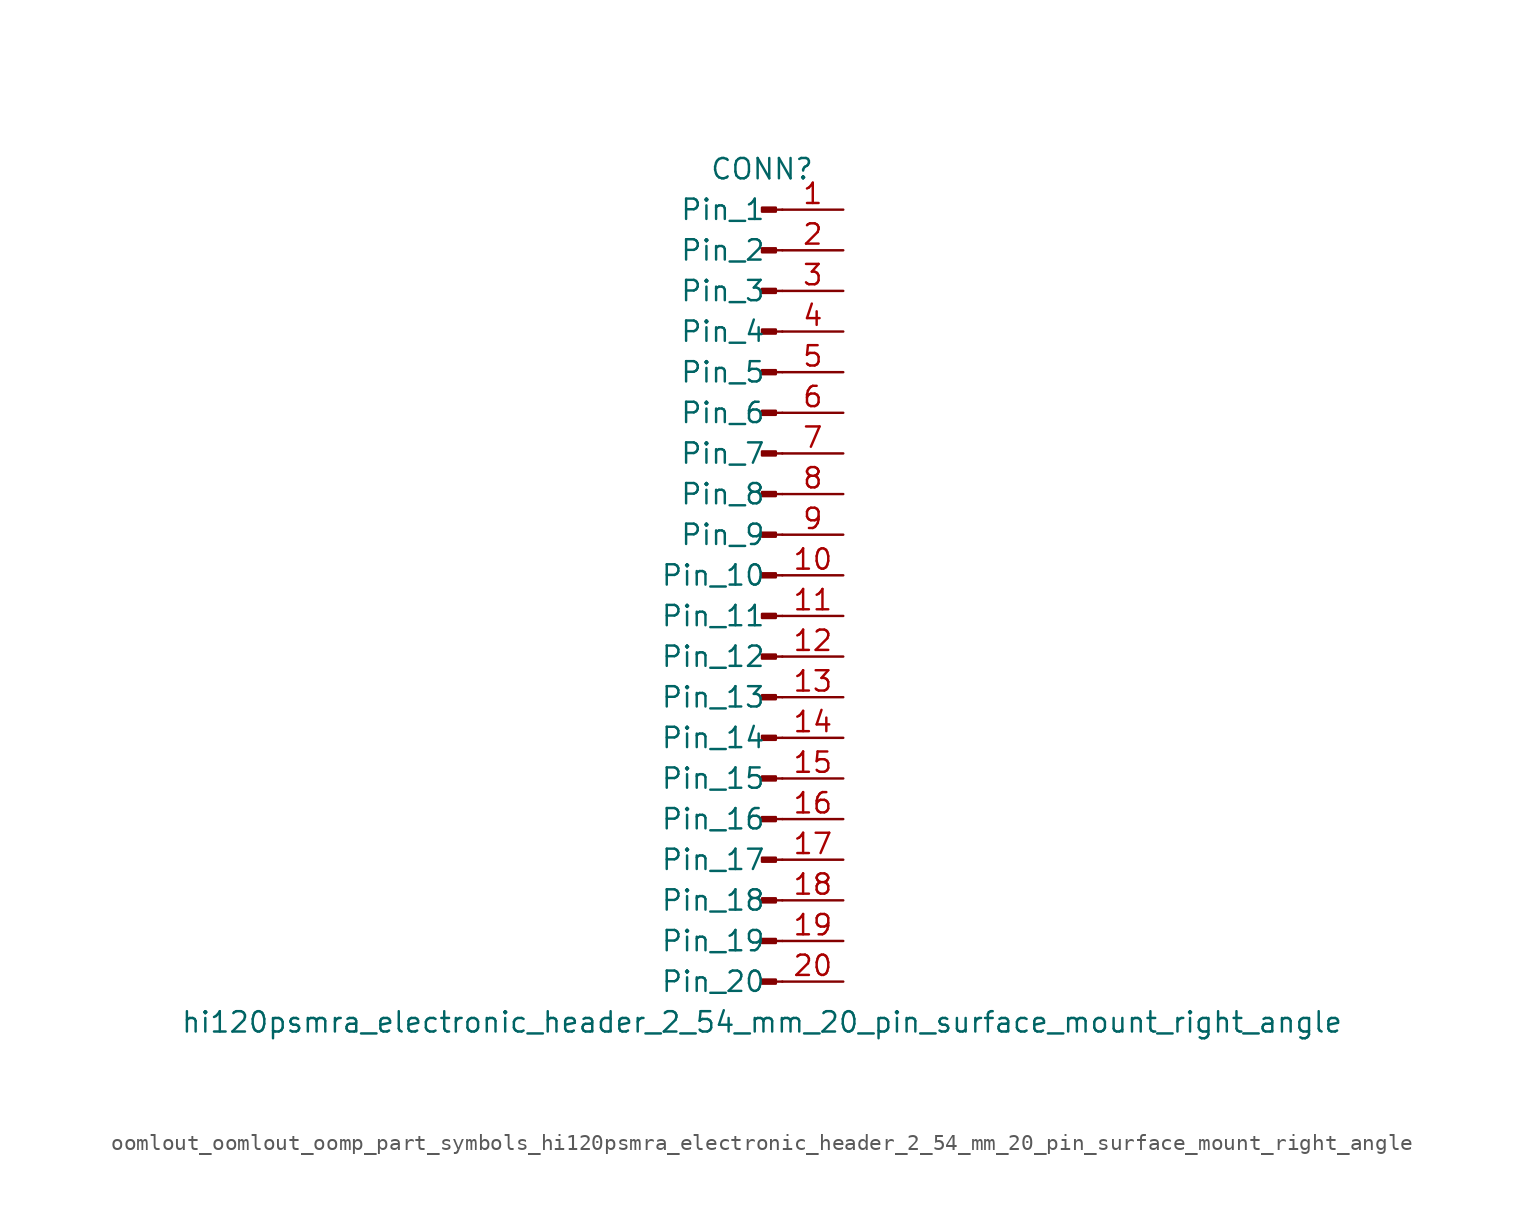
<source format=kicad_sym>
(kicad_symbol_lib
  (version 20220914)
  (generator kicad_symbol_editor)
  (symbol "oomlout_oomlout_oomp_part_symbols_hi120psmra_electronic_header_2_54_mm_20_pin_surface_mount_right_angle"
    (pin_names
      (offset 1.016))
    (property "Reference" "CONN"
      (at 0 25.4 0)
      (effects (font (size 1.27 1.27))))
    (property "Value" "hi120psmra_electronic_header_2_54_mm_20_pin_surface_mount_right_angle"
      (at 0 -27.94 0)
      (effects (font (size 1.27 1.27))))
    (property "ki_locked" ""
      (at 0 0 0)
      (effects (font (size 1.27 1.27))))
    (symbol "oomlout_oomlout_oomp_part_symbols_hi120psmra_electronic_header_2_54_mm_20_pin_surface_mount_right_angle_1_1"
      (polyline (pts (xy 1.27 -25.4) (xy 0.864 -25.4)) (stroke (width 0.152) (type default)) (fill (type none)))
      (polyline (pts (xy 1.27 -22.86) (xy 0.864 -22.86)) (stroke (width 0.152) (type default)) (fill (type none)))
      (polyline (pts (xy 1.27 -20.32) (xy 0.864 -20.32)) (stroke (width 0.152) (type default)) (fill (type none)))
      (polyline (pts (xy 1.27 -17.78) (xy 0.864 -17.78)) (stroke (width 0.152) (type default)) (fill (type none)))
      (polyline (pts (xy 1.27 -15.24) (xy 0.864 -15.24)) (stroke (width 0.152) (type default)) (fill (type none)))
      (polyline (pts (xy 1.27 -12.7) (xy 0.864 -12.7)) (stroke (width 0.152) (type default)) (fill (type none)))
      (polyline (pts (xy 1.27 -10.16) (xy 0.864 -10.16)) (stroke (width 0.152) (type default)) (fill (type none)))
      (polyline (pts (xy 1.27 -7.62) (xy 0.864 -7.62)) (stroke (width 0.152) (type default)) (fill (type none)))
      (polyline (pts (xy 1.27 -5.08) (xy 0.864 -5.08)) (stroke (width 0.152) (type default)) (fill (type none)))
      (polyline (pts (xy 1.27 -2.54) (xy 0.864 -2.54)) (stroke (width 0.152) (type default)) (fill (type none)))
      (polyline (pts (xy 1.27 0) (xy 0.864 0)) (stroke (width 0.152) (type default)) (fill (type none)))
      (polyline (pts (xy 1.27 2.54) (xy 0.864 2.54)) (stroke (width 0.152) (type default)) (fill (type none)))
      (polyline (pts (xy 1.27 5.08) (xy 0.864 5.08)) (stroke (width 0.152) (type default)) (fill (type none)))
      (polyline (pts (xy 1.27 7.62) (xy 0.864 7.62)) (stroke (width 0.152) (type default)) (fill (type none)))
      (polyline (pts (xy 1.27 10.16) (xy 0.864 10.16)) (stroke (width 0.152) (type default)) (fill (type none)))
      (polyline (pts (xy 1.27 12.7) (xy 0.864 12.7)) (stroke (width 0.152) (type default)) (fill (type none)))
      (polyline (pts (xy 1.27 15.24) (xy 0.864 15.24)) (stroke (width 0.152) (type default)) (fill (type none)))
      (polyline (pts (xy 1.27 17.78) (xy 0.864 17.78)) (stroke (width 0.152) (type default)) (fill (type none)))
      (polyline (pts (xy 1.27 20.32) (xy 0.864 20.32)) (stroke (width 0.152) (type default)) (fill (type none)))
      (polyline (pts (xy 1.27 22.86) (xy 0.864 22.86)) (stroke (width 0.152) (type default)) (fill (type none)))
      (rectangle (start 0.864 -25.273) (end 0 -25.527) (stroke (width 0.152) (type default)) (fill (type outline)))
      (rectangle (start 0.864 -22.733) (end 0 -22.987) (stroke (width 0.152) (type default)) (fill (type outline)))
      (rectangle (start 0.864 -20.193) (end 0 -20.447) (stroke (width 0.152) (type default)) (fill (type outline)))
      (rectangle (start 0.864 -17.653) (end 0 -17.907) (stroke (width 0.152) (type default)) (fill (type outline)))
      (rectangle (start 0.864 -15.113) (end 0 -15.367) (stroke (width 0.152) (type default)) (fill (type outline)))
      (rectangle (start 0.864 -12.573) (end 0 -12.827) (stroke (width 0.152) (type default)) (fill (type outline)))
      (rectangle (start 0.864 -10.033) (end 0 -10.287) (stroke (width 0.152) (type default)) (fill (type outline)))
      (rectangle (start 0.864 -7.493) (end 0 -7.747) (stroke (width 0.152) (type default)) (fill (type outline)))
      (rectangle (start 0.864 -4.953) (end 0 -5.207) (stroke (width 0.152) (type default)) (fill (type outline)))
      (rectangle (start 0.864 -2.413) (end 0 -2.667) (stroke (width 0.152) (type default)) (fill (type outline)))
      (rectangle (start 0.864 0.127) (end 0 -0.127) (stroke (width 0.152) (type default)) (fill (type outline)))
      (rectangle (start 0.864 2.667) (end 0 2.413) (stroke (width 0.152) (type default)) (fill (type outline)))
      (rectangle (start 0.864 5.207) (end 0 4.953) (stroke (width 0.152) (type default)) (fill (type outline)))
      (rectangle (start 0.864 7.747) (end 0 7.493) (stroke (width 0.152) (type default)) (fill (type outline)))
      (rectangle (start 0.864 10.287) (end 0 10.033) (stroke (width 0.152) (type default)) (fill (type outline)))
      (rectangle (start 0.864 12.827) (end 0 12.573) (stroke (width 0.152) (type default)) (fill (type outline)))
      (rectangle (start 0.864 15.367) (end 0 15.113) (stroke (width 0.152) (type default)) (fill (type outline)))
      (rectangle (start 0.864 17.907) (end 0 17.653) (stroke (width 0.152) (type default)) (fill (type outline)))
      (rectangle (start 0.864 20.447) (end 0 20.193) (stroke (width 0.152) (type default)) (fill (type outline)))
      (rectangle (start 0.864 22.987) (end 0 22.733) (stroke (width 0.152) (type default)) (fill (type outline)))
      (pin passive line (at 5.08 22.86 180) (length 3.81) (name "Pin_1" (effects (font (size 1.27 1.27)))) (number "1" (effects (font (size 1.27 1.27)))))
      (pin passive line (at 5.08 0 180) (length 3.81) (name "Pin_10" (effects (font (size 1.27 1.27)))) (number "10" (effects (font (size 1.27 1.27)))))
      (pin passive line (at 5.08 -2.54 180) (length 3.81) (name "Pin_11" (effects (font (size 1.27 1.27)))) (number "11" (effects (font (size 1.27 1.27)))))
      (pin passive line (at 5.08 -5.08 180) (length 3.81) (name "Pin_12" (effects (font (size 1.27 1.27)))) (number "12" (effects (font (size 1.27 1.27)))))
      (pin passive line (at 5.08 -7.62 180) (length 3.81) (name "Pin_13" (effects (font (size 1.27 1.27)))) (number "13" (effects (font (size 1.27 1.27)))))
      (pin passive line (at 5.08 -10.16 180) (length 3.81) (name "Pin_14" (effects (font (size 1.27 1.27)))) (number "14" (effects (font (size 1.27 1.27)))))
      (pin passive line (at 5.08 -12.7 180) (length 3.81) (name "Pin_15" (effects (font (size 1.27 1.27)))) (number "15" (effects (font (size 1.27 1.27)))))
      (pin passive line (at 5.08 -15.24 180) (length 3.81) (name "Pin_16" (effects (font (size 1.27 1.27)))) (number "16" (effects (font (size 1.27 1.27)))))
      (pin passive line (at 5.08 -17.78 180) (length 3.81) (name "Pin_17" (effects (font (size 1.27 1.27)))) (number "17" (effects (font (size 1.27 1.27)))))
      (pin passive line (at 5.08 -20.32 180) (length 3.81) (name "Pin_18" (effects (font (size 1.27 1.27)))) (number "18" (effects (font (size 1.27 1.27)))))
      (pin passive line (at 5.08 -22.86 180) (length 3.81) (name "Pin_19" (effects (font (size 1.27 1.27)))) (number "19" (effects (font (size 1.27 1.27)))))
      (pin passive line (at 5.08 20.32 180) (length 3.81) (name "Pin_2" (effects (font (size 1.27 1.27)))) (number "2" (effects (font (size 1.27 1.27)))))
      (pin passive line (at 5.08 -25.4 180) (length 3.81) (name "Pin_20" (effects (font (size 1.27 1.27)))) (number "20" (effects (font (size 1.27 1.27)))))
      (pin passive line (at 5.08 17.78 180) (length 3.81) (name "Pin_3" (effects (font (size 1.27 1.27)))) (number "3" (effects (font (size 1.27 1.27)))))
      (pin passive line (at 5.08 15.24 180) (length 3.81) (name "Pin_4" (effects (font (size 1.27 1.27)))) (number "4" (effects (font (size 1.27 1.27)))))
      (pin passive line (at 5.08 12.7 180) (length 3.81) (name "Pin_5" (effects (font (size 1.27 1.27)))) (number "5" (effects (font (size 1.27 1.27)))))
      (pin passive line (at 5.08 10.16 180) (length 3.81) (name "Pin_6" (effects (font (size 1.27 1.27)))) (number "6" (effects (font (size 1.27 1.27)))))
      (pin passive line (at 5.08 7.62 180) (length 3.81) (name "Pin_7" (effects (font (size 1.27 1.27)))) (number "7" (effects (font (size 1.27 1.27)))))
      (pin passive line (at 5.08 5.08 180) (length 3.81) (name "Pin_8" (effects (font (size 1.27 1.27)))) (number "8" (effects (font (size 1.27 1.27)))))
      (pin passive line (at 5.08 2.54 180) (length 3.81) (name "Pin_9" (effects (font (size 1.27 1.27)))) (number "9" (effects (font (size 1.27 1.27))))))))
</source>
